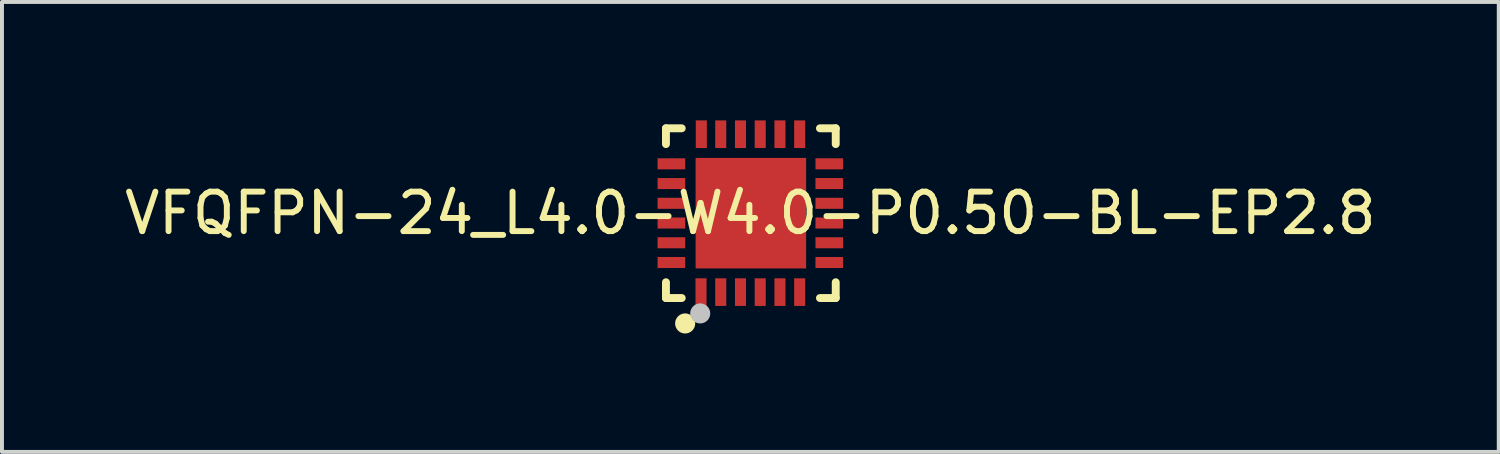
<source format=kicad_pcb>
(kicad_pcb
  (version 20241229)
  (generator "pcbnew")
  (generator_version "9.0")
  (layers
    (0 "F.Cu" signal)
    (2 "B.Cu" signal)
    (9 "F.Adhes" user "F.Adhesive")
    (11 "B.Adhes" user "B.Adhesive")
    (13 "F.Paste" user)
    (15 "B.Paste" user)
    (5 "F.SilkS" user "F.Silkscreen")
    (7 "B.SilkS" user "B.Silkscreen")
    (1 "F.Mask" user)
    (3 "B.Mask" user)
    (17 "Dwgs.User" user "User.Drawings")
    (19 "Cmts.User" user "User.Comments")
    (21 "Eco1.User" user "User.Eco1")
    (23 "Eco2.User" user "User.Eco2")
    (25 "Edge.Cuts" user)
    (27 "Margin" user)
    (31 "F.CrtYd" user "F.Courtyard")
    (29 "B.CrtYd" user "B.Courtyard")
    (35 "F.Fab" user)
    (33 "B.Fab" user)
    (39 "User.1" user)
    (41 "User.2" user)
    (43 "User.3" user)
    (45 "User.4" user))
  (footprint "VFQFPN-24_L4.0-W4.0-P0.50-BL-EP2.8"
    (layer "F.Cu")
    (at 15.958 2.35)
    (property "Reference" "VFQFPN-24_L4.0-W4.0-P0.50-BL-EP2.8" (at 0 0 0) (layer "F.SilkS") (effects (font (size 1 1) (thickness 0.15))))
    (fp_line (start -2.138 -2.15) (end -1.738 -2.15) (stroke (width 0.2) (type default)) (layer "F.SilkS"))
    (fp_line (start -2.138 -1.75) (end -2.138 -2.15) (stroke (width 0.2) (type default)) (layer "F.SilkS"))
    (fp_line (start -2.138 2.15) (end -2.138 1.75) (stroke (width 0.2) (type default)) (layer "F.SilkS"))
    (fp_line (start -1.738 2.15) (end -2.138 2.15) (stroke (width 0.2) (type default)) (layer "F.SilkS"))
    (fp_line (start 2.163 -2.15) (end 1.763 -2.15) (stroke (width 0.2) (type default)) (layer "F.SilkS"))
    (fp_line (start 2.163 -1.75) (end 2.163 -2.15) (stroke (width 0.2) (type default)) (layer "F.SilkS"))
    (fp_line (start 2.163 1.75) (end 2.163 2.15) (stroke (width 0.2) (type default)) (layer "F.SilkS"))
    (fp_line (start 2.163 2.15) (end 1.763 2.15) (stroke (width 0.2) (type default)) (layer "F.SilkS"))
    (fp_poly (pts (arc (start -1.3975 2.7925) (mid -1.905502 2.79325) (end -1.3975 2.795))) (stroke (width 0) (type default)) (fill yes) (layer "F.SilkS"))
    (fp_poly (pts (xy -2.35 -0.39) (xy -2.35 -0.11) (xy -1.65 -0.11) (xy -1.65 -0.39)) (stroke (width 0) (type default)) (fill yes) (layer "F.Paste"))
    (fp_poly (pts (xy -2.35 0.61) (xy -2.35 0.89) (xy -1.65 0.89) (xy -1.65 0.61)) (stroke (width 0) (type default)) (fill yes) (layer "F.Paste"))
    (fp_poly (pts (xy -1.65 -1.11) (xy -1.65 -1.39) (xy -2.35 -1.39) (xy -2.35 -1.11)) (stroke (width 0) (type default)) (fill yes) (layer "F.Paste"))
    (fp_poly (pts (xy -1.65 -0.61) (xy -1.65 -0.89) (xy -2.35 -0.89) (xy -2.35 -0.61)) (stroke (width 0) (type default)) (fill yes) (layer "F.Paste"))
    (fp_poly (pts (xy -1.65 0.39) (xy -1.65 0.11) (xy -2.35 0.11) (xy -2.35 0.39)) (stroke (width 0) (type default)) (fill yes) (layer "F.Paste"))
    (fp_poly (pts (xy -1.65 1.39) (xy -1.65 1.11) (xy -2.35 1.11) (xy -2.35 1.39)) (stroke (width 0) (type default)) (fill yes) (layer "F.Paste"))
    (fp_poly (pts (xy -1.11 2.35) (xy -1.11 1.65) (xy -1.39 1.65) (xy -1.39 2.35)) (stroke (width 0) (type default)) (fill yes) (layer "F.Paste"))
    (fp_poly (pts (xy -1.107 1.12) (xy -1.107 -1.12) (xy 1.133 -1.12) (xy 1.133 1.12)) (stroke (width 0) (type default)) (fill yes) (layer "F.Paste"))
    (fp_poly (pts (xy -1.102 -1.65) (xy -1.102 -2.35) (xy -1.382 -2.35) (xy -1.382 -1.65)) (stroke (width 0) (type default)) (fill yes) (layer "F.Paste"))
    (fp_poly (pts (xy -0.61 -1.65) (xy -0.61 -2.35) (xy -0.89 -2.35) (xy -0.89 -1.65)) (stroke (width 0) (type default)) (fill yes) (layer "F.Paste"))
    (fp_poly (pts (xy -0.61 2.35) (xy -0.61 1.65) (xy -0.89 1.65) (xy -0.89 2.35)) (stroke (width 0) (type default)) (fill yes) (layer "F.Paste"))
    (fp_poly (pts (xy -0.39 1.65) (xy -0.39 2.35) (xy -0.11 2.35) (xy -0.11 1.65)) (stroke (width 0) (type default)) (fill yes) (layer "F.Paste"))
    (fp_poly (pts (xy -0.11 -1.65) (xy -0.11 -2.35) (xy -0.39 -2.35) (xy -0.39 -1.65)) (stroke (width 0) (type default)) (fill yes) (layer "F.Paste"))
    (fp_poly (pts (xy 0.11 1.65) (xy 0.11 2.35) (xy 0.39 2.35) (xy 0.39 1.65)) (stroke (width 0) (type default)) (fill yes) (layer "F.Paste"))
    (fp_poly (pts (xy 0.39 -1.65) (xy 0.39 -2.35) (xy 0.11 -2.35) (xy 0.11 -1.65)) (stroke (width 0) (type default)) (fill yes) (layer "F.Paste"))
    (fp_poly (pts (xy 0.61 1.65) (xy 0.61 2.35) (xy 0.89 2.35) (xy 0.89 1.65)) (stroke (width 0) (type default)) (fill yes) (layer "F.Paste"))
    (fp_poly (pts (xy 0.89 -1.65) (xy 0.89 -2.35) (xy 0.61 -2.35) (xy 0.61 -1.65)) (stroke (width 0) (type default)) (fill yes) (layer "F.Paste"))
    (fp_poly (pts (xy 1.11 1.65) (xy 1.11 2.35) (xy 1.39 2.35) (xy 1.39 1.65)) (stroke (width 0) (type default)) (fill yes) (layer "F.Paste"))
    (fp_poly (pts (xy 1.39 -1.65) (xy 1.39 -2.35) (xy 1.11 -2.35) (xy 1.11 -1.65)) (stroke (width 0) (type default)) (fill yes) (layer "F.Paste"))
    (fp_poly (pts (xy 1.65 -1.39) (xy 1.65 -1.11) (xy 2.35 -1.11) (xy 2.35 -1.39)) (stroke (width 0) (type default)) (fill yes) (layer "F.Paste"))
    (fp_poly (pts (xy 1.65 -0.89) (xy 1.65 -0.61) (xy 2.35 -0.61) (xy 2.35 -0.89)) (stroke (width 0) (type default)) (fill yes) (layer "F.Paste"))
    (fp_poly (pts (xy 1.65 -0.39) (xy 1.65 -0.11) (xy 2.35 -0.11) (xy 2.35 -0.39)) (stroke (width 0) (type default)) (fill yes) (layer "F.Paste"))
    (fp_poly (pts (xy 1.65 0.11) (xy 1.65 0.39) (xy 2.35 0.39) (xy 2.35 0.11)) (stroke (width 0) (type default)) (fill yes) (layer "F.Paste"))
    (fp_poly (pts (xy 1.65 0.61) (xy 1.65 0.89) (xy 2.35 0.89) (xy 2.35 0.61)) (stroke (width 0) (type default)) (fill yes) (layer "F.Paste"))
    (fp_poly (pts (xy 1.65 1.11) (xy 1.65 1.39) (xy 2.35 1.39) (xy 2.35 1.11)) (stroke (width 0) (type default)) (fill yes) (layer "F.Paste"))
    (fp_circle (center -1.27 2.54) (end -1.143 2.54) (stroke (width 0.254) (type default)) (fill no) (layer "Dwgs.User"))
    (fp_poly (pts (xy -1.65 -1.375) (xy -1.65 -1.125) (xy -2 -1.125) (xy -2 -1.375)) (stroke (width 0.1) (type default)) (fill no) (layer "User.1"))
    (fp_poly (pts (xy -1.65 -0.875) (xy -1.65 -0.625) (xy -2 -0.625) (xy -2 -0.875)) (stroke (width 0.1) (type default)) (fill no) (layer "User.1"))
    (fp_poly (pts (xy -1.65 -0.375) (xy -1.65 -0.125) (xy -2 -0.125) (xy -2 -0.375)) (stroke (width 0.1) (type default)) (fill no) (layer "User.1"))
    (fp_poly (pts (xy -1.65 0.125) (xy -1.65 0.375) (xy -2 0.375) (xy -2 0.125)) (stroke (width 0.1) (type default)) (fill no) (layer "User.1"))
    (fp_poly (pts (xy -1.65 0.625) (xy -1.65 0.875) (xy -2 0.875) (xy -2 0.625)) (stroke (width 0.1) (type default)) (fill no) (layer "User.1"))
    (fp_poly (pts (xy -1.65 1.125) (xy -1.65 1.375) (xy -2 1.375) (xy -2 1.125)) (stroke (width 0.1) (type default)) (fill no) (layer "User.1"))
    (fp_poly (pts (xy -1.387 1.4) (xy -1.387 -1.4) (xy 1.413 -1.4) (xy 1.413 1.4)) (stroke (width 0.1) (type default)) (fill no) (layer "User.1"))
    (fp_poly (pts (xy -1.125 2) (xy -1.375 2) (xy -1.375 1.65) (xy -1.125 1.65)) (stroke (width 0.1) (type default)) (fill no) (layer "User.1"))
    (fp_poly (pts (xy -1.117 -1.65) (xy -1.367 -1.65) (xy -1.367 -2) (xy -1.117 -2)) (stroke (width 0.1) (type default)) (fill no) (layer "User.1"))
    (fp_poly (pts (xy -0.625 -1.65) (xy -0.875 -1.65) (xy -0.875 -2) (xy -0.625 -2)) (stroke (width 0.1) (type default)) (fill no) (layer "User.1"))
    (fp_poly (pts (xy -0.625 2) (xy -0.875 2) (xy -0.875 1.65) (xy -0.625 1.65)) (stroke (width 0.1) (type default)) (fill no) (layer "User.1"))
    (fp_poly (pts (xy -0.125 -1.65) (xy -0.375 -1.65) (xy -0.375 -2) (xy -0.125 -2)) (stroke (width 0.1) (type default)) (fill no) (layer "User.1"))
    (fp_poly (pts (xy -0.125 2) (xy -0.375 2) (xy -0.375 1.65) (xy -0.125 1.65)) (stroke (width 0.1) (type default)) (fill no) (layer "User.1"))
    (fp_poly (pts (xy 0.375 -1.65) (xy 0.125 -1.65) (xy 0.125 -2) (xy 0.375 -2)) (stroke (width 0.1) (type default)) (fill no) (layer "User.1"))
    (fp_poly (pts (xy 0.375 2) (xy 0.125 2) (xy 0.125 1.65) (xy 0.375 1.65)) (stroke (width 0.1) (type default)) (fill no) (layer "User.1"))
    (fp_poly (pts (xy 0.875 -1.65) (xy 0.625 -1.65) (xy 0.625 -2) (xy 0.875 -2)) (stroke (width 0.1) (type default)) (fill no) (layer "User.1"))
    (fp_poly (pts (xy 0.875 2) (xy 0.625 2) (xy 0.625 1.65) (xy 0.875 1.65)) (stroke (width 0.1) (type default)) (fill no) (layer "User.1"))
    (fp_poly (pts (xy 1.375 -1.65) (xy 1.125 -1.65) (xy 1.125 -2) (xy 1.375 -2)) (stroke (width 0.1) (type default)) (fill no) (layer "User.1"))
    (fp_poly (pts (xy 1.375 2) (xy 1.125 2) (xy 1.125 1.65) (xy 1.375 1.65)) (stroke (width 0.1) (type default)) (fill no) (layer "User.1"))
    (fp_poly (pts (xy 2 -1.375) (xy 2 -1.125) (xy 1.65 -1.125) (xy 1.65 -1.375)) (stroke (width 0.1) (type default)) (fill no) (layer "User.1"))
    (fp_poly (pts (xy 2 -0.875) (xy 2 -0.625) (xy 1.65 -0.625) (xy 1.65 -0.875)) (stroke (width 0.1) (type default)) (fill no) (layer "User.1"))
    (fp_poly (pts (xy 2 -0.375) (xy 2 -0.125) (xy 1.65 -0.125) (xy 1.65 -0.375)) (stroke (width 0.1) (type default)) (fill no) (layer "User.1"))
    (fp_poly (pts (xy 2 0.125) (xy 2 0.375) (xy 1.65 0.375) (xy 1.65 0.125)) (stroke (width 0.1) (type default)) (fill no) (layer "User.1"))
    (fp_poly (pts (xy 2 0.625) (xy 2 0.875) (xy 1.65 0.875) (xy 1.65 0.625)) (stroke (width 0.1) (type default)) (fill no) (layer "User.1"))
    (fp_poly (pts (xy 2 1.125) (xy 2 1.375) (xy 1.65 1.375) (xy 1.65 1.125)) (stroke (width 0.1) (type default)) (fill no) (layer "User.1"))
    (fp_line (start -2 -2) (end 2 -2) (stroke (width 0.051) (type default)) (layer "User.2"))
    (fp_line (start -2 2) (end -2 -2) (stroke (width 0.051) (type default)) (layer "User.2"))
    (fp_line (start 2 -2) (end 2 2) (stroke (width 0.051) (type default)) (layer "User.2"))
    (fp_line (start 2 2) (end -2 2) (stroke (width 0.051) (type default)) (layer "User.2"))
    (fp_poly (pts (xy -1.945 1.977) (xy -1.977 1.945) (xy -2.023 1.945) (xy -2.055 1.977) (xy -2.055 2.023) (xy -2.023 2.055) (xy -1.977 2.055) (xy -1.945 2.023)) (stroke (width 0.1) (type default)) (fill no) (layer "User.3"))
    (pad "1" smd rect (at -1.25 2 180) (size 0.28 0.7) (layers "F.Cu" "F.Mask" "F.Paste"))
    (pad "2" smd rect (at -0.75 2 180) (size 0.28 0.7) (layers "F.Cu" "F.Mask" "F.Paste"))
    (pad "3" smd rect (at -0.25 2 180) (size 0.28 0.7) (layers "F.Cu" "F.Mask" "F.Paste"))
    (pad "4" smd rect (at 0.25 2 180) (size 0.28 0.7) (layers "F.Cu" "F.Mask" "F.Paste"))
    (pad "5" smd rect (at 0.75 2 180) (size 0.28 0.7) (layers "F.Cu" "F.Mask" "F.Paste"))
    (pad "6" smd rect (at 1.25 2 180) (size 0.28 0.7) (layers "F.Cu" "F.Mask" "F.Paste"))
    (pad "7" smd rect (at 2 1.25 90) (size 0.28 0.7) (layers "F.Cu" "F.Mask" "F.Paste"))
    (pad "8" smd rect (at 2 0.75 90) (size 0.28 0.7) (layers "F.Cu" "F.Mask" "F.Paste"))
    (pad "9" smd rect (at 2 0.25 90) (size 0.28 0.7) (layers "F.Cu" "F.Mask" "F.Paste"))
    (pad "10" smd rect (at 2 -0.25 90) (size 0.28 0.7) (layers "F.Cu" "F.Mask" "F.Paste"))
    (pad "11" smd rect (at 2 -0.75 90) (size 0.28 0.7) (layers "F.Cu" "F.Mask" "F.Paste"))
    (pad "12" smd rect (at 2 -1.25 90) (size 0.28 0.7) (layers "F.Cu" "F.Mask" "F.Paste"))
    (pad "13" smd rect (at 1.25 -2 180) (size 0.28 0.7) (layers "F.Cu" "F.Mask" "F.Paste"))
    (pad "14" smd rect (at 0.75 -2 180) (size 0.28 0.7) (layers "F.Cu" "F.Mask" "F.Paste"))
    (pad "15" smd rect (at 0.25 -2 180) (size 0.28 0.7) (layers "F.Cu" "F.Mask" "F.Paste"))
    (pad "16" smd rect (at -0.25 -2 180) (size 0.28 0.7) (layers "F.Cu" "F.Mask" "F.Paste"))
    (pad "17" smd rect (at -0.75 -2 180) (size 0.28 0.7) (layers "F.Cu" "F.Mask" "F.Paste"))
    (pad "18" smd rect (at -1.242 -2 180) (size 0.28 0.7) (layers "F.Cu" "F.Mask" "F.Paste"))
    (pad "19" smd rect (at -2 -1.25 90) (size 0.28 0.7) (layers "F.Cu" "F.Mask" "F.Paste"))
    (pad "20" smd rect (at -2 -0.75 90) (size 0.28 0.7) (layers "F.Cu" "F.Mask" "F.Paste"))
    (pad "21" smd rect (at -2 -0.25 90) (size 0.28 0.7) (layers "F.Cu" "F.Mask" "F.Paste"))
    (pad "22" smd rect (at -2 0.25 90) (size 0.28 0.7) (layers "F.Cu" "F.Mask" "F.Paste"))
    (pad "23" smd rect (at -2 0.75 90) (size 0.28 0.7) (layers "F.Cu" "F.Mask" "F.Paste"))
    (pad "24" smd rect (at -2 1.25 90) (size 0.28 0.7) (layers "F.Cu" "F.Mask" "F.Paste"))
    (pad "25" smd rect (at 0.013 0 90) (size 2.8 2.8) (layers "F.Cu" "F.Mask" "F.Paste")))
  (gr_rect
    (start -3 -3)
    (end 34.917 8.398)
    (stroke (width 0.1) (type default))
    (fill no)
    (layer "Edge.Cuts")))
</source>
